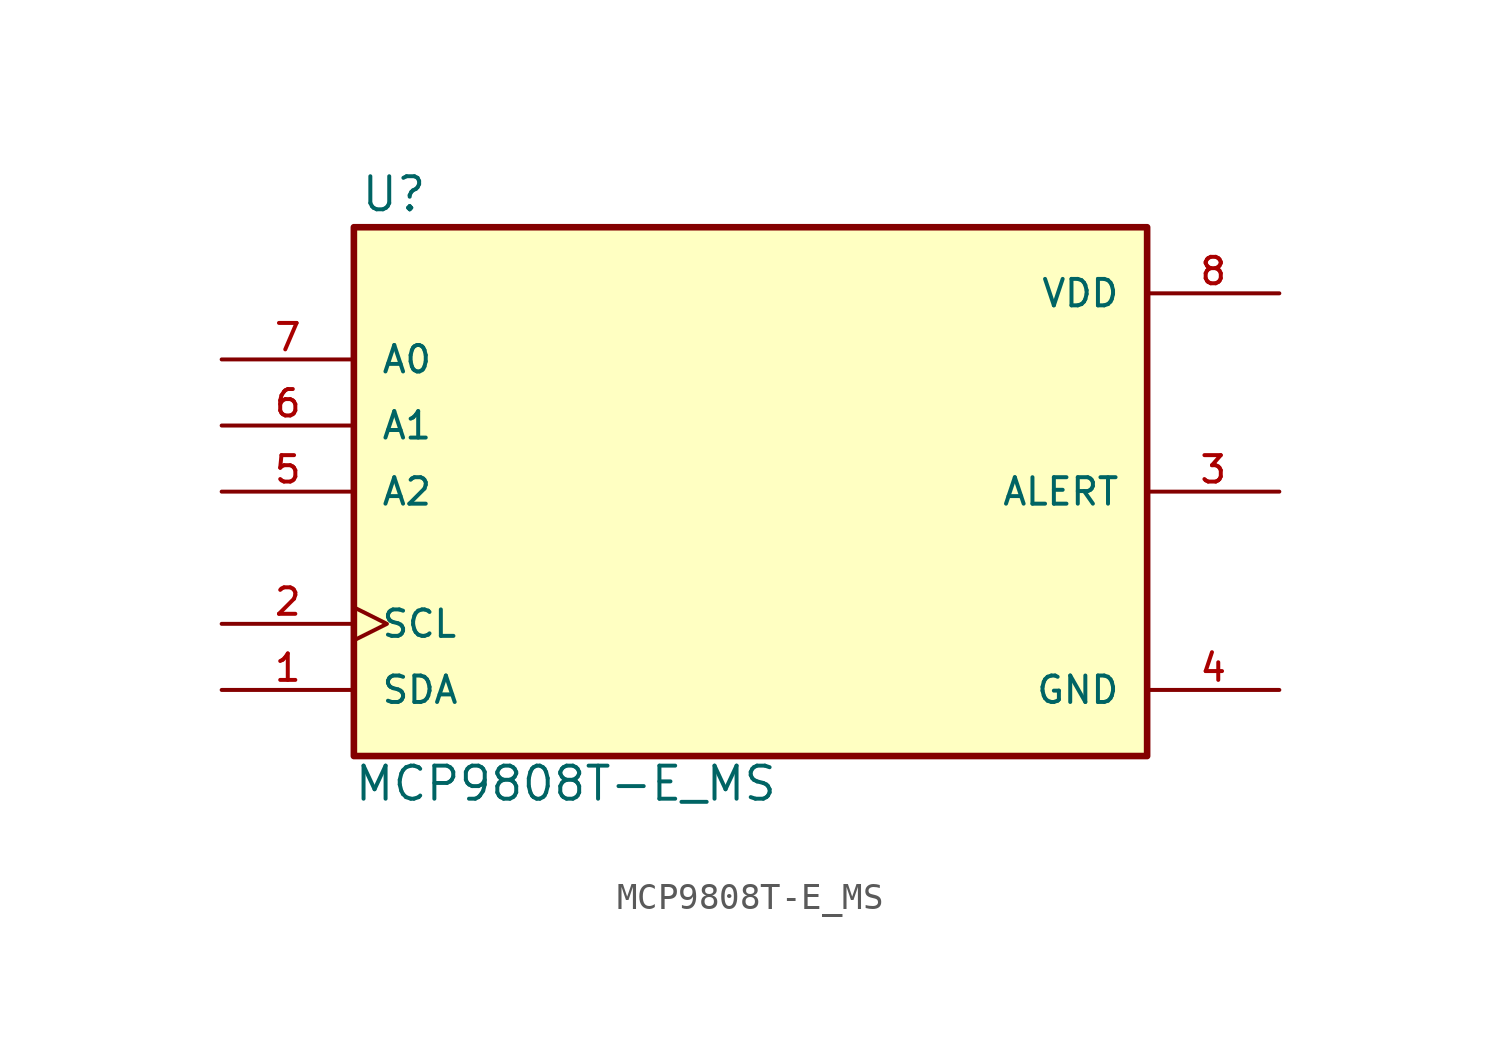
<source format=kicad_sym>
(kicad_symbol_lib
  (version 20211014)
  (generator kicad_symbol_editor)
  (symbol "MCP9808T-E_MS"
    (pin_names
      (offset 1.016))
    (property "Reference" "U"
      (at -15.01 10.685 0)
      (effects (font (size 1.27 1.27)) (justify bottom left)))
    (property "Value" "MCP9808T-E_MS"
      (at -15.271 -11.962 0)
      (effects (font (size 1.27 1.27)) (justify bottom left)))
    (symbol "MCP9808T-E_MS_0_0"
      (rectangle (start -15.24 -10.16) (end 15.24 10.16) (stroke (width 0.254)) (fill (type background)))
      (pin power_in line (at 20.32 7.62 180.0) (length 5.08) (name "VDD" (effects (font (size 1.016 1.016)))) (number "8" (effects (font (size 1.016 1.016)))))
      (pin power_in line (at 20.32 -7.62 180.0) (length 5.08) (name "GND" (effects (font (size 1.016 1.016)))) (number "4" (effects (font (size 1.016 1.016)))))
      (pin bidirectional line (at -20.32 -7.62 0) (length 5.08) (name "SDA" (effects (font (size 1.016 1.016)))) (number "1" (effects (font (size 1.016 1.016)))))
      (pin input line (at -20.32 5.08 0) (length 5.08) (name "A0" (effects (font (size 1.016 1.016)))) (number "7" (effects (font (size 1.016 1.016)))))
      (pin input line (at -20.32 2.54 0) (length 5.08) (name "A1" (effects (font (size 1.016 1.016)))) (number "6" (effects (font (size 1.016 1.016)))))
      (pin input line (at -20.32 0.0 0) (length 5.08) (name "A2" (effects (font (size 1.016 1.016)))) (number "5" (effects (font (size 1.016 1.016)))))
      (pin output line (at 20.32 0.0 180.0) (length 5.08) (name "ALERT" (effects (font (size 1.016 1.016)))) (number "3" (effects (font (size 1.016 1.016)))))
      (pin input clock (at -20.32 -5.08 0) (length 5.08) (name "SCL" (effects (font (size 1.016 1.016)))) (number "2" (effects (font (size 1.016 1.016))))))))
</source>
